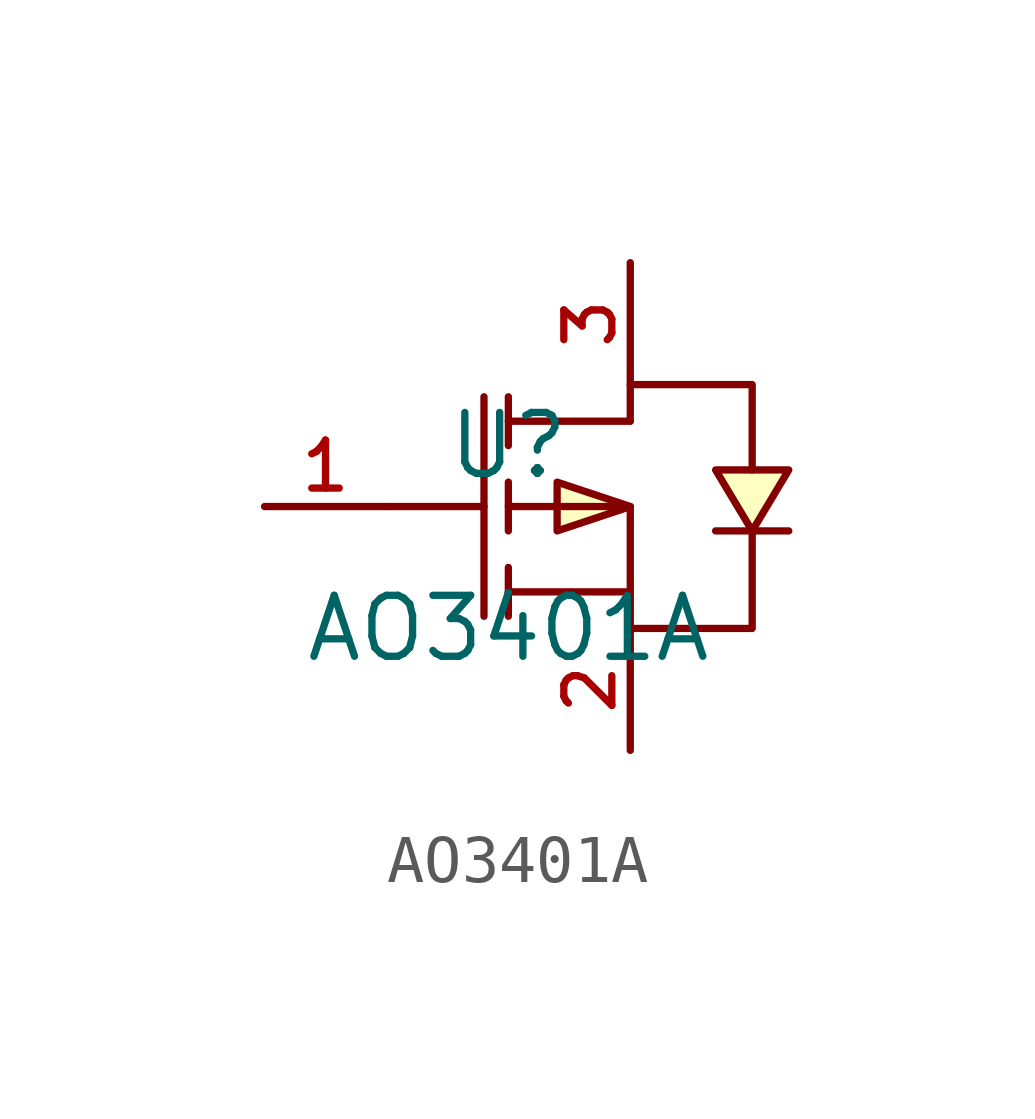
<source format=kicad_sym>
(kicad_symbol_lib
  (version 20210201)
  (generator TousstNicolas/JLC2KiCad_lib)
  (symbol "AO3401A"
    (pin_names hide)
    (property "Reference" "U"
      (at 0 1.27 0)
      (effects (font (size 1.27 1.27))))
    (property "Value" "AO3401A"
      (at 0 -2.54 0)
      (effects (font (size 1.27 1.27))))
    (symbol "AO3401A_0_1"
      (polyline (pts (xy 2.54 -0.0) (xy 1.016 0.508) (xy 1.016 -0.508) (xy 2.54 -0.0)) (stroke (width 0) (type default) (color 0 0 0 0)) (fill (type background)))
      (polyline (pts (xy 5.08 -0.508) (xy 5.842 0.762) (xy 4.318 0.762) (xy 5.08 -0.508)) (stroke (width 0) (type default) (color 0 0 0 0)) (fill (type background)))
      (polyline (pts (xy 2.54 -2.54) (xy 5.08 -2.54) (xy 5.08 -0.508)) (stroke (width 0) (type default) (color 0 0 0 0)) (fill (type none)))
      (polyline (pts (xy 2.54 1.778) (xy 2.54 2.54) (xy 5.08 2.54) (xy 5.08 0.762)) (stroke (width 0) (type default) (color 0 0 0 0)) (fill (type none)))
      (polyline (pts (xy 2.54 1.778) (xy 0.0 1.778)) (stroke (width 0) (type default) (color 0 0 0 0)) (fill (type none)))
      (polyline (pts (xy 0.0 -0.0) (xy 2.54 -0.0) (xy 2.54 -2.54)) (stroke (width 0) (type default) (color 0 0 0 0)) (fill (type none)))
      (polyline (pts (xy 2.54 -1.778) (xy 0.0 -1.778)) (stroke (width 0) (type default) (color 0 0 0 0)) (fill (type none)))
      (polyline (pts (xy -0.508 2.286) (xy -0.508 -2.286)) (stroke (width 0) (type default) (color 0 0 0 0)) (fill (type none)))
      (polyline (pts (xy 0.0 1.27) (xy 0.0 2.286)) (stroke (width 0) (type default) (color 0 0 0 0)) (fill (type none)))
      (polyline (pts (xy 0.0 -0.508) (xy 0.0 0.508)) (stroke (width 0) (type default) (color 0 0 0 0)) (fill (type none)))
      (polyline (pts (xy 0.0 -2.286) (xy 0.0 -1.27)) (stroke (width 0) (type default) (color 0 0 0 0)) (fill (type none)))
      (polyline (pts (xy -2.54 -0.0) (xy -0.508 -0.0)) (stroke (width 0) (type default) (color 0 0 0 0)) (fill (type none)))
      (polyline (pts (xy 5.842 -0.508) (xy 5.588 -0.508) (xy 4.572 -0.508) (xy 4.318 -0.508)) (stroke (width 0) (type default) (color 0 0 0 0)) (fill (type none)))
      (pin unspecified line (at 2.54 5.08 270) (length 2.54) (name "D" (effects (font (size 1 1)))) (number "3" (effects (font (size 1 1)))))
      (pin unspecified line (at -5.08 -0.0 0) (length 2.54) (name "G" (effects (font (size 1 1)))) (number "1" (effects (font (size 1 1)))))
      (pin unspecified line (at 2.54 -5.08 90) (length 2.54) (name "S" (effects (font (size 1 1)))) (number "2" (effects (font (size 1 1))))))))
</source>
